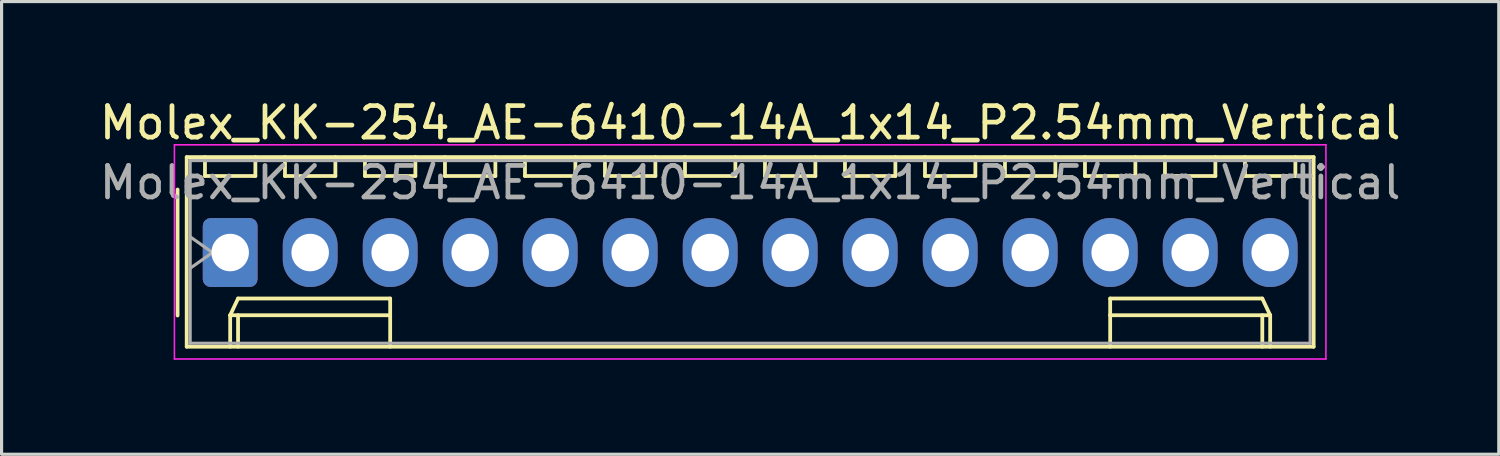
<source format=kicad_pcb>
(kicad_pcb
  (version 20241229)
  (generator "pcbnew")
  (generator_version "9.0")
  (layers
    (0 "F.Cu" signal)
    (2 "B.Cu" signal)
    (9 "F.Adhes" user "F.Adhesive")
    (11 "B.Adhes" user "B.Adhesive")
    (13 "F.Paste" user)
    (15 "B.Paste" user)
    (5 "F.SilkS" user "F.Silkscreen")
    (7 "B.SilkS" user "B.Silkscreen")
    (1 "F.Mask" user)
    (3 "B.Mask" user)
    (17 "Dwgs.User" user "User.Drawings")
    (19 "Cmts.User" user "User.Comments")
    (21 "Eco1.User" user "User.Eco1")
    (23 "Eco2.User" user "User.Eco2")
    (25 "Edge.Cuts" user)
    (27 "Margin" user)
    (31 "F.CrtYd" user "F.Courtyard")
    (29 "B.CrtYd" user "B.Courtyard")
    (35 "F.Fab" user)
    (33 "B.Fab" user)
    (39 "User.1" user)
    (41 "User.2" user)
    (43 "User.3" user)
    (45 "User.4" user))
  (footprint "Molex_KK-254_AE-6410-14A_1x14_P2.54mm_Vertical"
    (layer "F.Cu")
    (at 4.258 4.968)
    (property "Reference" "Molex_KK-254_AE-6410-14A_1x14_P2.54mm_Vertical" (at 16.51 -4.12 0) (layer "F.SilkS") (effects (font (size 1 1) (thickness 0.15))))
    (attr through_hole)
    (fp_line (start -1.67 -2) (end -1.67 2) (stroke (width 0.12) (type solid)) (layer "F.SilkS"))
    (fp_line (start -1.38 -3.03) (end -1.38 2.99) (stroke (width 0.12) (type solid)) (layer "F.SilkS"))
    (fp_line (start -1.38 2.99) (end 34.4 2.99) (stroke (width 0.12) (type solid)) (layer "F.SilkS"))
    (fp_line (start -0.8 -3.03) (end -0.8 -2.43) (stroke (width 0.12) (type solid)) (layer "F.SilkS"))
    (fp_line (start -0.8 -2.43) (end 0.8 -2.43) (stroke (width 0.12) (type solid)) (layer "F.SilkS"))
    (fp_line (start 0 1.99) (end 0.25 1.46) (stroke (width 0.12) (type solid)) (layer "F.SilkS"))
    (fp_line (start 0 1.99) (end 5.08 1.99) (stroke (width 0.12) (type solid)) (layer "F.SilkS"))
    (fp_line (start 0 2.99) (end 0 1.99) (stroke (width 0.12) (type solid)) (layer "F.SilkS"))
    (fp_line (start 0.25 1.46) (end 5.08 1.46) (stroke (width 0.12) (type solid)) (layer "F.SilkS"))
    (fp_line (start 0.25 2.99) (end 0.25 1.99) (stroke (width 0.12) (type solid)) (layer "F.SilkS"))
    (fp_line (start 0.8 -2.43) (end 0.8 -3.03) (stroke (width 0.12) (type solid)) (layer "F.SilkS"))
    (fp_line (start 1.74 -3.03) (end 1.74 -2.43) (stroke (width 0.12) (type solid)) (layer "F.SilkS"))
    (fp_line (start 1.74 -2.43) (end 3.34 -2.43) (stroke (width 0.12) (type solid)) (layer "F.SilkS"))
    (fp_line (start 3.34 -2.43) (end 3.34 -3.03) (stroke (width 0.12) (type solid)) (layer "F.SilkS"))
    (fp_line (start 4.28 -3.03) (end 4.28 -2.43) (stroke (width 0.12) (type solid)) (layer "F.SilkS"))
    (fp_line (start 4.28 -2.43) (end 5.88 -2.43) (stroke (width 0.12) (type solid)) (layer "F.SilkS"))
    (fp_line (start 5.08 1.46) (end 5.08 1.99) (stroke (width 0.12) (type solid)) (layer "F.SilkS"))
    (fp_line (start 5.08 1.99) (end 5.08 2.99) (stroke (width 0.12) (type solid)) (layer "F.SilkS"))
    (fp_line (start 5.88 -2.43) (end 5.88 -3.03) (stroke (width 0.12) (type solid)) (layer "F.SilkS"))
    (fp_line (start 6.82 -3.03) (end 6.82 -2.43) (stroke (width 0.12) (type solid)) (layer "F.SilkS"))
    (fp_line (start 6.82 -2.43) (end 8.42 -2.43) (stroke (width 0.12) (type solid)) (layer "F.SilkS"))
    (fp_line (start 8.42 -2.43) (end 8.42 -3.03) (stroke (width 0.12) (type solid)) (layer "F.SilkS"))
    (fp_line (start 9.36 -3.03) (end 9.36 -2.43) (stroke (width 0.12) (type solid)) (layer "F.SilkS"))
    (fp_line (start 9.36 -2.43) (end 10.96 -2.43) (stroke (width 0.12) (type solid)) (layer "F.SilkS"))
    (fp_line (start 10.96 -2.43) (end 10.96 -3.03) (stroke (width 0.12) (type solid)) (layer "F.SilkS"))
    (fp_line (start 11.9 -3.03) (end 11.9 -2.43) (stroke (width 0.12) (type solid)) (layer "F.SilkS"))
    (fp_line (start 11.9 -2.43) (end 13.5 -2.43) (stroke (width 0.12) (type solid)) (layer "F.SilkS"))
    (fp_line (start 13.5 -2.43) (end 13.5 -3.03) (stroke (width 0.12) (type solid)) (layer "F.SilkS"))
    (fp_line (start 14.44 -3.03) (end 14.44 -2.43) (stroke (width 0.12) (type solid)) (layer "F.SilkS"))
    (fp_line (start 14.44 -2.43) (end 16.04 -2.43) (stroke (width 0.12) (type solid)) (layer "F.SilkS"))
    (fp_line (start 16.04 -2.43) (end 16.04 -3.03) (stroke (width 0.12) (type solid)) (layer "F.SilkS"))
    (fp_line (start 16.98 -3.03) (end 16.98 -2.43) (stroke (width 0.12) (type solid)) (layer "F.SilkS"))
    (fp_line (start 16.98 -2.43) (end 18.58 -2.43) (stroke (width 0.12) (type solid)) (layer "F.SilkS"))
    (fp_line (start 18.58 -2.43) (end 18.58 -3.03) (stroke (width 0.12) (type solid)) (layer "F.SilkS"))
    (fp_line (start 19.52 -3.03) (end 19.52 -2.43) (stroke (width 0.12) (type solid)) (layer "F.SilkS"))
    (fp_line (start 19.52 -2.43) (end 21.12 -2.43) (stroke (width 0.12) (type solid)) (layer "F.SilkS"))
    (fp_line (start 21.12 -2.43) (end 21.12 -3.03) (stroke (width 0.12) (type solid)) (layer "F.SilkS"))
    (fp_line (start 22.06 -3.03) (end 22.06 -2.43) (stroke (width 0.12) (type solid)) (layer "F.SilkS"))
    (fp_line (start 22.06 -2.43) (end 23.66 -2.43) (stroke (width 0.12) (type solid)) (layer "F.SilkS"))
    (fp_line (start 23.66 -2.43) (end 23.66 -3.03) (stroke (width 0.12) (type solid)) (layer "F.SilkS"))
    (fp_line (start 24.6 -3.03) (end 24.6 -2.43) (stroke (width 0.12) (type solid)) (layer "F.SilkS"))
    (fp_line (start 24.6 -2.43) (end 26.2 -2.43) (stroke (width 0.12) (type solid)) (layer "F.SilkS"))
    (fp_line (start 26.2 -2.43) (end 26.2 -3.03) (stroke (width 0.12) (type solid)) (layer "F.SilkS"))
    (fp_line (start 27.14 -3.03) (end 27.14 -2.43) (stroke (width 0.12) (type solid)) (layer "F.SilkS"))
    (fp_line (start 27.14 -2.43) (end 28.74 -2.43) (stroke (width 0.12) (type solid)) (layer "F.SilkS"))
    (fp_line (start 27.94 1.46) (end 27.94 1.99) (stroke (width 0.12) (type solid)) (layer "F.SilkS"))
    (fp_line (start 27.94 1.99) (end 27.94 2.99) (stroke (width 0.12) (type solid)) (layer "F.SilkS"))
    (fp_line (start 28.74 -2.43) (end 28.74 -3.03) (stroke (width 0.12) (type solid)) (layer "F.SilkS"))
    (fp_line (start 29.68 -3.03) (end 29.68 -2.43) (stroke (width 0.12) (type solid)) (layer "F.SilkS"))
    (fp_line (start 29.68 -2.43) (end 31.28 -2.43) (stroke (width 0.12) (type solid)) (layer "F.SilkS"))
    (fp_line (start 31.28 -2.43) (end 31.28 -3.03) (stroke (width 0.12) (type solid)) (layer "F.SilkS"))
    (fp_line (start 32.22 -3.03) (end 32.22 -2.43) (stroke (width 0.12) (type solid)) (layer "F.SilkS"))
    (fp_line (start 32.22 -2.43) (end 33.82 -2.43) (stroke (width 0.12) (type solid)) (layer "F.SilkS"))
    (fp_line (start 32.77 1.46) (end 27.94 1.46) (stroke (width 0.12) (type solid)) (layer "F.SilkS"))
    (fp_line (start 32.77 2.99) (end 32.77 1.99) (stroke (width 0.12) (type solid)) (layer "F.SilkS"))
    (fp_line (start 33.02 1.99) (end 27.94 1.99) (stroke (width 0.12) (type solid)) (layer "F.SilkS"))
    (fp_line (start 33.02 1.99) (end 32.77 1.46) (stroke (width 0.12) (type solid)) (layer "F.SilkS"))
    (fp_line (start 33.02 2.99) (end 33.02 1.99) (stroke (width 0.12) (type solid)) (layer "F.SilkS"))
    (fp_line (start 33.82 -2.43) (end 33.82 -3.03) (stroke (width 0.12) (type solid)) (layer "F.SilkS"))
    (fp_line (start 34.4 -3.03) (end -1.38 -3.03) (stroke (width 0.12) (type solid)) (layer "F.SilkS"))
    (fp_line (start 34.4 2.99) (end 34.4 -3.03) (stroke (width 0.12) (type solid)) (layer "F.SilkS"))
    (fp_line (start -1.77 -3.42) (end -1.77 3.38) (stroke (width 0.05) (type solid)) (layer "F.CrtYd"))
    (fp_line (start -1.77 3.38) (end 34.79 3.38) (stroke (width 0.05) (type solid)) (layer "F.CrtYd"))
    (fp_line (start 34.79 -3.42) (end -1.77 -3.42) (stroke (width 0.05) (type solid)) (layer "F.CrtYd"))
    (fp_line (start 34.79 3.38) (end 34.79 -3.42) (stroke (width 0.05) (type solid)) (layer "F.CrtYd"))
    (fp_line (start -1.27 -2.92) (end -1.27 2.88) (stroke (width 0.1) (type solid)) (layer "F.Fab"))
    (fp_line (start -1.27 -0.5) (end -0.563 0) (stroke (width 0.1) (type solid)) (layer "F.Fab"))
    (fp_line (start -1.27 2.88) (end 34.29 2.88) (stroke (width 0.1) (type solid)) (layer "F.Fab"))
    (fp_line (start -0.563 0) (end -1.27 0.5) (stroke (width 0.1) (type solid)) (layer "F.Fab"))
    (fp_line (start 34.29 -2.92) (end -1.27 -2.92) (stroke (width 0.1) (type solid)) (layer "F.Fab"))
    (fp_line (start 34.29 2.88) (end 34.29 -2.92) (stroke (width 0.1) (type solid)) (layer "F.Fab"))
    (fp_text user "${REFERENCE}" (at 16.51 -2.22 0) (layer "F.Fab") (effects (font (size 1 1) (thickness 0.15))))
    (pad "1" thru_hole roundrect (at 0 0) (size 1.74 2.19) (drill 1.19) (layers "*.Cu" "*.Mask") (roundrect_rratio 0.144))
    (pad "2" thru_hole oval (at 2.54 0) (size 1.74 2.19) (drill 1.19) (layers "*.Cu" "*.Mask"))
    (pad "3" thru_hole oval (at 5.08 0) (size 1.74 2.19) (drill 1.19) (layers "*.Cu" "*.Mask"))
    (pad "4" thru_hole oval (at 7.62 0) (size 1.74 2.19) (drill 1.19) (layers "*.Cu" "*.Mask"))
    (pad "5" thru_hole oval (at 10.16 0) (size 1.74 2.19) (drill 1.19) (layers "*.Cu" "*.Mask"))
    (pad "6" thru_hole oval (at 12.7 0) (size 1.74 2.19) (drill 1.19) (layers "*.Cu" "*.Mask"))
    (pad "7" thru_hole oval (at 15.24 0) (size 1.74 2.19) (drill 1.19) (layers "*.Cu" "*.Mask"))
    (pad "8" thru_hole oval (at 17.78 0) (size 1.74 2.19) (drill 1.19) (layers "*.Cu" "*.Mask"))
    (pad "9" thru_hole oval (at 20.32 0) (size 1.74 2.19) (drill 1.19) (layers "*.Cu" "*.Mask"))
    (pad "10" thru_hole oval (at 22.86 0) (size 1.74 2.19) (drill 1.19) (layers "*.Cu" "*.Mask"))
    (pad "11" thru_hole oval (at 25.4 0) (size 1.74 2.19) (drill 1.19) (layers "*.Cu" "*.Mask"))
    (pad "12" thru_hole oval (at 27.94 0) (size 1.74 2.19) (drill 1.19) (layers "*.Cu" "*.Mask"))
    (pad "13" thru_hole oval (at 30.48 0) (size 1.74 2.19) (drill 1.19) (layers "*.Cu" "*.Mask"))
    (pad "14" thru_hole oval (at 33.02 0) (size 1.74 2.19) (drill 1.19) (layers "*.Cu" "*.Mask")))
  (gr_rect
    (start -3 -3)
    (end 44.536 11.373)
    (stroke (width 0.1) (type default))
    (fill no)
    (layer "Edge.Cuts")))
</source>
